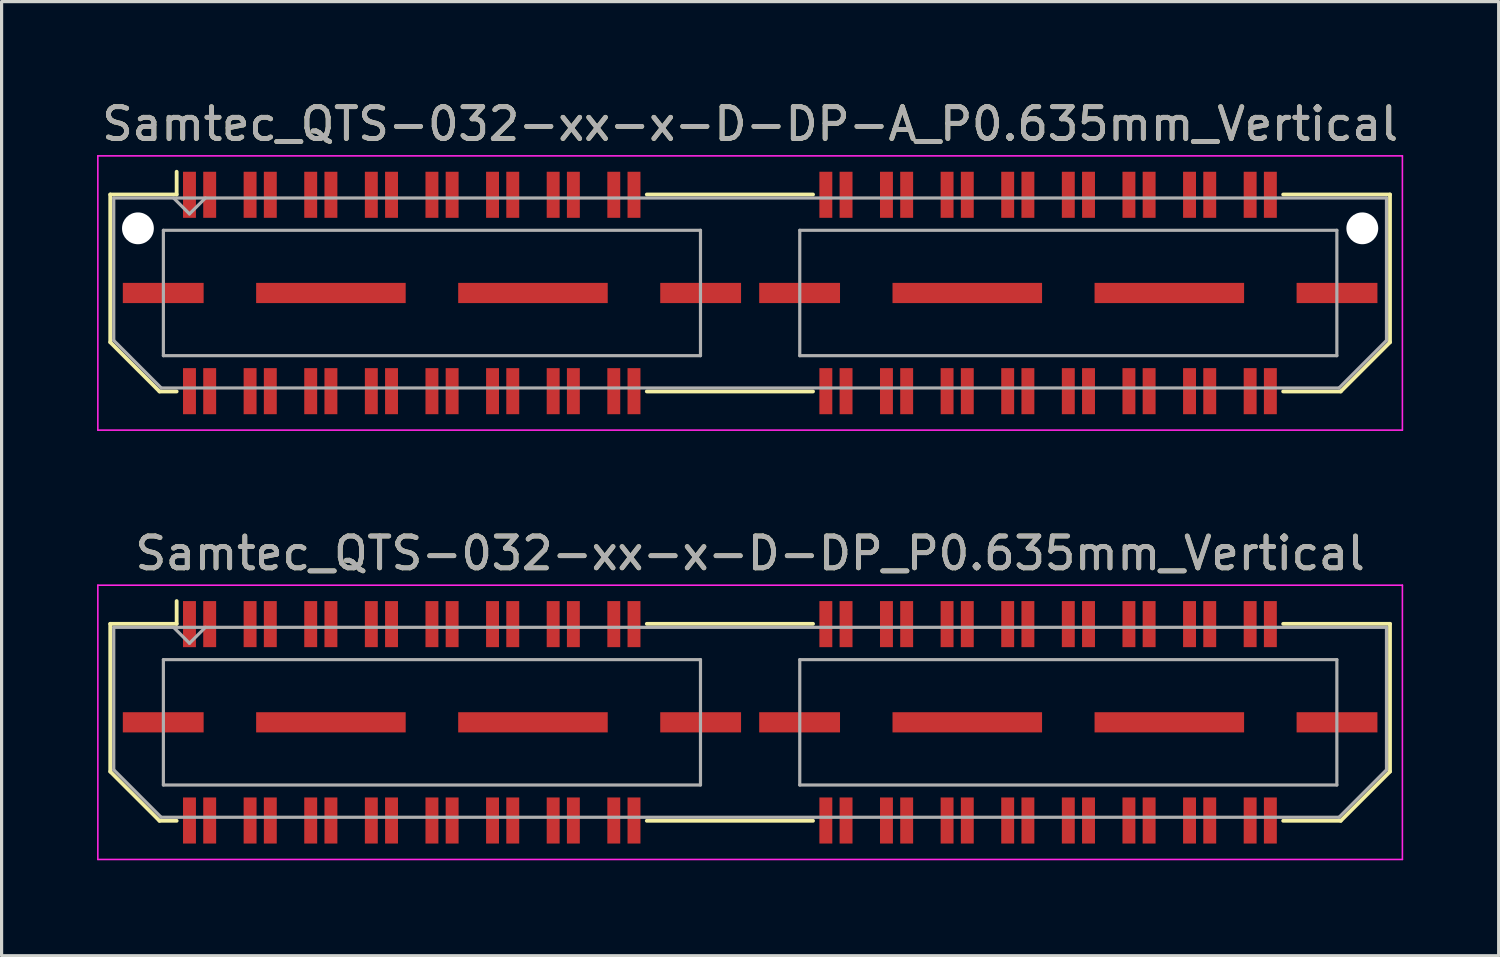
<source format=kicad_pcb>
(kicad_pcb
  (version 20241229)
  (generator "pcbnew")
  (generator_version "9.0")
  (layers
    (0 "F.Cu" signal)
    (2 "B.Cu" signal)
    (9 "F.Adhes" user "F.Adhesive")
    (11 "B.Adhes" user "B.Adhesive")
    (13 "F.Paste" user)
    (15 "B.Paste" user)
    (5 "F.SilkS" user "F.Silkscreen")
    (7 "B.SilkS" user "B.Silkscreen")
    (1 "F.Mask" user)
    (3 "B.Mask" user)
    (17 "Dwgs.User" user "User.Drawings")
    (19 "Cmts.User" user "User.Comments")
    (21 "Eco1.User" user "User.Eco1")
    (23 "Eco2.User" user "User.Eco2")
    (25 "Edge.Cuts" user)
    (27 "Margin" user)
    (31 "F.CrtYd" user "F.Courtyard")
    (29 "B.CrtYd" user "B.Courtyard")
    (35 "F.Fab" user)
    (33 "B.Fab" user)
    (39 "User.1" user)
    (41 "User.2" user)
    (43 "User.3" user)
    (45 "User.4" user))
  (footprint "Samtec_QTS-032-xx-x-D-DP-A_P0.635mm_Vertical"
    (layer "F.Cu")
    (at 20.525 6.158)
    (property "Reference" "Samtec_QTS-032-xx-x-D-DP-A_P0.635mm_Vertical" (at 0 -5.31 0) (layer "F.SilkS") (effects (font (size 1 1) (thickness 0.15))))
    (attr smd)
    (fp_line (start -20.11 -3.095) (end -20.11 1.548) (stroke (width 0.12) (type solid)) (layer "F.SilkS"))
    (fp_line (start -20.11 1.548) (end -18.562 3.095) (stroke (width 0.12) (type solid)) (layer "F.SilkS"))
    (fp_line (start -18.562 3.095) (end -18.023 3.095) (stroke (width 0.12) (type solid)) (layer "F.SilkS"))
    (fp_line (start -18.023 -3.81) (end -18.023 -3.095) (stroke (width 0.12) (type solid)) (layer "F.SilkS"))
    (fp_line (start -18.023 -3.095) (end -20.11 -3.095) (stroke (width 0.12) (type solid)) (layer "F.SilkS"))
    (fp_line (start -3.247 -3.095) (end 1.977 -3.095) (stroke (width 0.12) (type solid)) (layer "F.SilkS"))
    (fp_line (start -3.247 3.095) (end 1.977 3.095) (stroke (width 0.12) (type solid)) (layer "F.SilkS"))
    (fp_line (start 16.753 -3.095) (end 20.11 -3.095) (stroke (width 0.12) (type solid)) (layer "F.SilkS"))
    (fp_line (start 18.562 3.095) (end 16.753 3.095) (stroke (width 0.12) (type solid)) (layer "F.SilkS"))
    (fp_line (start 20.11 -3.095) (end 20.11 1.548) (stroke (width 0.12) (type solid)) (layer "F.SilkS"))
    (fp_line (start 20.11 1.548) (end 18.562 3.095) (stroke (width 0.12) (type solid)) (layer "F.SilkS"))
    (fp_line (start -20.5 -4.31) (end -20.5 4.31) (stroke (width 0.05) (type solid)) (layer "F.CrtYd"))
    (fp_line (start -20.5 4.31) (end 20.5 4.31) (stroke (width 0.05) (type solid)) (layer "F.CrtYd"))
    (fp_line (start 20.5 -4.31) (end -20.5 -4.31) (stroke (width 0.05) (type solid)) (layer "F.CrtYd"))
    (fp_line (start 20.5 4.31) (end 20.5 -4.31) (stroke (width 0.05) (type solid)) (layer "F.CrtYd"))
    (fp_line (start -20 -2.985) (end -20 1.492) (stroke (width 0.1) (type solid)) (layer "F.Fab"))
    (fp_line (start -20 -2.985) (end 20 -2.985) (stroke (width 0.1) (type solid)) (layer "F.Fab"))
    (fp_line (start -20 1.492) (end -18.508 2.985) (stroke (width 0.1) (type solid)) (layer "F.Fab"))
    (fp_line (start -18.508 2.985) (end 18.508 2.985) (stroke (width 0.1) (type solid)) (layer "F.Fab"))
    (fp_line (start -18.44 -1.97) (end -18.44 1.97) (stroke (width 0.1) (type solid)) (layer "F.Fab"))
    (fp_line (start -18.44 1.97) (end -1.56 1.97) (stroke (width 0.1) (type solid)) (layer "F.Fab"))
    (fp_line (start -17.62 -2.485) (end -18.12 -2.985) (stroke (width 0.1) (type solid)) (layer "F.Fab"))
    (fp_line (start -17.12 -2.985) (end -17.62 -2.485) (stroke (width 0.1) (type solid)) (layer "F.Fab"))
    (fp_line (start -1.56 -1.97) (end -18.44 -1.97) (stroke (width 0.1) (type solid)) (layer "F.Fab"))
    (fp_line (start -1.56 1.97) (end -1.56 -1.97) (stroke (width 0.1) (type solid)) (layer "F.Fab"))
    (fp_line (start 1.56 -1.97) (end 1.56 1.97) (stroke (width 0.1) (type solid)) (layer "F.Fab"))
    (fp_line (start 1.56 1.97) (end 18.44 1.97) (stroke (width 0.1) (type solid)) (layer "F.Fab"))
    (fp_line (start 18.44 -1.97) (end 1.56 -1.97) (stroke (width 0.1) (type solid)) (layer "F.Fab"))
    (fp_line (start 18.44 1.97) (end 18.44 -1.97) (stroke (width 0.1) (type solid)) (layer "F.Fab"))
    (fp_line (start 20 -2.985) (end 20 1.492) (stroke (width 0.1) (type solid)) (layer "F.Fab"))
    (fp_line (start 20 1.492) (end 18.508 2.985) (stroke (width 0.1) (type solid)) (layer "F.Fab"))
    (fp_text user "${REFERENCE}" (at 0 -5.31 0) (layer "F.Fab") (effects (font (size 1 1) (thickness 0.15))))
    (pad "" np_thru_hole circle (at -19.24 -2.032) (size 1 1) (drill 1) (layers "*.Cu" "*.Mask"))
    (pad "" np_thru_hole circle (at 19.24 -2.032) (size 1 1) (drill 1) (layers "*.Cu" "*.Mask"))
    (pad "1" smd rect (at -17.62 -3.086) (size 0.406 1.448) (layers "F.Cu" "F.Mask" "F.Paste"))
    (pad "2" smd rect (at -17.62 3.086) (size 0.406 1.448) (layers "F.Cu" "F.Mask" "F.Paste"))
    (pad "3" smd rect (at -16.985 -3.086) (size 0.406 1.448) (layers "F.Cu" "F.Mask" "F.Paste"))
    (pad "4" smd rect (at -16.985 3.086) (size 0.406 1.448) (layers "F.Cu" "F.Mask" "F.Paste"))
    (pad "5" smd rect (at -15.715 -3.086) (size 0.406 1.448) (layers "F.Cu" "F.Mask" "F.Paste"))
    (pad "6" smd rect (at -15.715 3.086) (size 0.406 1.448) (layers "F.Cu" "F.Mask" "F.Paste"))
    (pad "7" smd rect (at -15.08 -3.086) (size 0.406 1.448) (layers "F.Cu" "F.Mask" "F.Paste"))
    (pad "8" smd rect (at -15.08 3.086) (size 0.406 1.448) (layers "F.Cu" "F.Mask" "F.Paste"))
    (pad "9" smd rect (at -13.81 -3.086) (size 0.406 1.448) (layers "F.Cu" "F.Mask" "F.Paste"))
    (pad "10" smd rect (at -13.81 3.086) (size 0.406 1.448) (layers "F.Cu" "F.Mask" "F.Paste"))
    (pad "11" smd rect (at -13.175 -3.086) (size 0.406 1.448) (layers "F.Cu" "F.Mask" "F.Paste"))
    (pad "12" smd rect (at -13.175 3.086) (size 0.406 1.448) (layers "F.Cu" "F.Mask" "F.Paste"))
    (pad "13" smd rect (at -11.905 -3.086) (size 0.406 1.448) (layers "F.Cu" "F.Mask" "F.Paste"))
    (pad "14" smd rect (at -11.905 3.086) (size 0.406 1.448) (layers "F.Cu" "F.Mask" "F.Paste"))
    (pad "15" smd rect (at -11.27 -3.086) (size 0.406 1.448) (layers "F.Cu" "F.Mask" "F.Paste"))
    (pad "16" smd rect (at -11.27 3.086) (size 0.406 1.448) (layers "F.Cu" "F.Mask" "F.Paste"))
    (pad "17" smd rect (at -10 -3.086) (size 0.406 1.448) (layers "F.Cu" "F.Mask" "F.Paste"))
    (pad "18" smd rect (at -10 3.086) (size 0.406 1.448) (layers "F.Cu" "F.Mask" "F.Paste"))
    (pad "19" smd rect (at -9.365 -3.086) (size 0.406 1.448) (layers "F.Cu" "F.Mask" "F.Paste"))
    (pad "20" smd rect (at -9.365 3.086) (size 0.406 1.448) (layers "F.Cu" "F.Mask" "F.Paste"))
    (pad "21" smd rect (at -8.095 -3.086) (size 0.406 1.448) (layers "F.Cu" "F.Mask" "F.Paste"))
    (pad "22" smd rect (at -8.095 3.086) (size 0.406 1.448) (layers "F.Cu" "F.Mask" "F.Paste"))
    (pad "23" smd rect (at -7.46 -3.086) (size 0.406 1.448) (layers "F.Cu" "F.Mask" "F.Paste"))
    (pad "24" smd rect (at -7.46 3.086) (size 0.406 1.448) (layers "F.Cu" "F.Mask" "F.Paste"))
    (pad "25" smd rect (at -6.19 -3.086) (size 0.406 1.448) (layers "F.Cu" "F.Mask" "F.Paste"))
    (pad "26" smd rect (at -6.19 3.086) (size 0.406 1.448) (layers "F.Cu" "F.Mask" "F.Paste"))
    (pad "27" smd rect (at -5.555 -3.086) (size 0.406 1.448) (layers "F.Cu" "F.Mask" "F.Paste"))
    (pad "28" smd rect (at -5.555 3.086) (size 0.406 1.448) (layers "F.Cu" "F.Mask" "F.Paste"))
    (pad "29" smd rect (at -4.285 -3.086) (size 0.406 1.448) (layers "F.Cu" "F.Mask" "F.Paste"))
    (pad "30" smd rect (at -4.285 3.086) (size 0.406 1.448) (layers "F.Cu" "F.Mask" "F.Paste"))
    (pad "31" smd rect (at -3.65 -3.086) (size 0.406 1.448) (layers "F.Cu" "F.Mask" "F.Paste"))
    (pad "32" smd rect (at -3.65 3.086) (size 0.406 1.448) (layers "F.Cu" "F.Mask" "F.Paste"))
    (pad "33" smd rect (at 2.38 -3.086) (size 0.406 1.448) (layers "F.Cu" "F.Mask" "F.Paste"))
    (pad "34" smd rect (at 2.38 3.086) (size 0.406 1.448) (layers "F.Cu" "F.Mask" "F.Paste"))
    (pad "35" smd rect (at 3.015 -3.086) (size 0.406 1.448) (layers "F.Cu" "F.Mask" "F.Paste"))
    (pad "36" smd rect (at 3.015 3.086) (size 0.406 1.448) (layers "F.Cu" "F.Mask" "F.Paste"))
    (pad "37" smd rect (at 4.285 -3.086) (size 0.406 1.448) (layers "F.Cu" "F.Mask" "F.Paste"))
    (pad "38" smd rect (at 4.285 3.086) (size 0.406 1.448) (layers "F.Cu" "F.Mask" "F.Paste"))
    (pad "39" smd rect (at 4.92 -3.086) (size 0.406 1.448) (layers "F.Cu" "F.Mask" "F.Paste"))
    (pad "40" smd rect (at 4.92 3.086) (size 0.406 1.448) (layers "F.Cu" "F.Mask" "F.Paste"))
    (pad "41" smd rect (at 6.19 -3.086) (size 0.406 1.448) (layers "F.Cu" "F.Mask" "F.Paste"))
    (pad "42" smd rect (at 6.19 3.086) (size 0.406 1.448) (layers "F.Cu" "F.Mask" "F.Paste"))
    (pad "43" smd rect (at 6.825 -3.086) (size 0.406 1.448) (layers "F.Cu" "F.Mask" "F.Paste"))
    (pad "44" smd rect (at 6.825 3.086) (size 0.406 1.448) (layers "F.Cu" "F.Mask" "F.Paste"))
    (pad "45" smd rect (at 8.095 -3.086) (size 0.406 1.448) (layers "F.Cu" "F.Mask" "F.Paste"))
    (pad "46" smd rect (at 8.095 3.086) (size 0.406 1.448) (layers "F.Cu" "F.Mask" "F.Paste"))
    (pad "47" smd rect (at 8.73 -3.086) (size 0.406 1.448) (layers "F.Cu" "F.Mask" "F.Paste"))
    (pad "48" smd rect (at 8.73 3.086) (size 0.406 1.448) (layers "F.Cu" "F.Mask" "F.Paste"))
    (pad "49" smd rect (at 10 -3.086) (size 0.406 1.448) (layers "F.Cu" "F.Mask" "F.Paste"))
    (pad "50" smd rect (at 10 3.086) (size 0.406 1.448) (layers "F.Cu" "F.Mask" "F.Paste"))
    (pad "51" smd rect (at 10.635 -3.086) (size 0.406 1.448) (layers "F.Cu" "F.Mask" "F.Paste"))
    (pad "52" smd rect (at 10.635 3.086) (size 0.406 1.448) (layers "F.Cu" "F.Mask" "F.Paste"))
    (pad "53" smd rect (at 11.905 -3.086) (size 0.406 1.448) (layers "F.Cu" "F.Mask" "F.Paste"))
    (pad "54" smd rect (at 11.905 3.086) (size 0.406 1.448) (layers "F.Cu" "F.Mask" "F.Paste"))
    (pad "55" smd rect (at 12.54 -3.086) (size 0.406 1.448) (layers "F.Cu" "F.Mask" "F.Paste"))
    (pad "56" smd rect (at 12.54 3.086) (size 0.406 1.448) (layers "F.Cu" "F.Mask" "F.Paste"))
    (pad "57" smd rect (at 13.81 -3.086) (size 0.406 1.448) (layers "F.Cu" "F.Mask" "F.Paste"))
    (pad "58" smd rect (at 13.81 3.086) (size 0.406 1.448) (layers "F.Cu" "F.Mask" "F.Paste"))
    (pad "59" smd rect (at 14.445 -3.086) (size 0.406 1.448) (layers "F.Cu" "F.Mask" "F.Paste"))
    (pad "60" smd rect (at 14.445 3.086) (size 0.406 1.448) (layers "F.Cu" "F.Mask" "F.Paste"))
    (pad "61" smd rect (at 15.715 -3.086) (size 0.406 1.448) (layers "F.Cu" "F.Mask" "F.Paste"))
    (pad "62" smd rect (at 15.715 3.086) (size 0.406 1.448) (layers "F.Cu" "F.Mask" "F.Paste"))
    (pad "63" smd rect (at 16.35 -3.086) (size 0.406 1.448) (layers "F.Cu" "F.Mask" "F.Paste"))
    (pad "64" smd rect (at 16.35 3.086) (size 0.406 1.448) (layers "F.Cu" "F.Mask" "F.Paste"))
    (pad "P1" smd rect (at -18.445 0) (size 2.54 0.635) (layers "F.Cu" "F.Mask" "F.Paste"))
    (pad "P1" smd rect (at -13.175 0) (size 4.7 0.635) (layers "F.Cu" "F.Mask" "F.Paste"))
    (pad "P1" smd rect (at -6.825 0) (size 4.7 0.635) (layers "F.Cu" "F.Mask" "F.Paste"))
    (pad "P1" smd rect (at -1.555 0) (size 2.54 0.635) (layers "F.Cu" "F.Mask" "F.Paste"))
    (pad "P2" smd rect (at 1.555 0) (size 2.54 0.635) (layers "F.Cu" "F.Mask" "F.Paste"))
    (pad "P2" smd rect (at 6.825 0) (size 4.7 0.635) (layers "F.Cu" "F.Mask" "F.Paste"))
    (pad "P2" smd rect (at 13.175 0) (size 4.7 0.635) (layers "F.Cu" "F.Mask" "F.Paste"))
    (pad "P2" smd rect (at 18.445 0) (size 2.54 0.635) (layers "F.Cu" "F.Mask" "F.Paste")))
  (footprint "Samtec_QTS-032-xx-x-D-DP_P0.635mm_Vertical"
    (layer "F.Cu")
    (at 20.525 19.651)
    (property "Reference" "Samtec_QTS-032-xx-x-D-DP_P0.635mm_Vertical" (at 0 -5.31 0) (layer "F.SilkS") (effects (font (size 1 1) (thickness 0.15))))
    (attr smd)
    (fp_line (start -20.11 -3.095) (end -20.11 1.548) (stroke (width 0.12) (type solid)) (layer "F.SilkS"))
    (fp_line (start -20.11 1.548) (end -18.562 3.095) (stroke (width 0.12) (type solid)) (layer "F.SilkS"))
    (fp_line (start -18.562 3.095) (end -18.023 3.095) (stroke (width 0.12) (type solid)) (layer "F.SilkS"))
    (fp_line (start -18.023 -3.81) (end -18.023 -3.095) (stroke (width 0.12) (type solid)) (layer "F.SilkS"))
    (fp_line (start -18.023 -3.095) (end -20.11 -3.095) (stroke (width 0.12) (type solid)) (layer "F.SilkS"))
    (fp_line (start -3.247 -3.095) (end 1.977 -3.095) (stroke (width 0.12) (type solid)) (layer "F.SilkS"))
    (fp_line (start -3.247 3.095) (end 1.977 3.095) (stroke (width 0.12) (type solid)) (layer "F.SilkS"))
    (fp_line (start 16.753 -3.095) (end 20.11 -3.095) (stroke (width 0.12) (type solid)) (layer "F.SilkS"))
    (fp_line (start 18.562 3.095) (end 16.753 3.095) (stroke (width 0.12) (type solid)) (layer "F.SilkS"))
    (fp_line (start 20.11 -3.095) (end 20.11 1.548) (stroke (width 0.12) (type solid)) (layer "F.SilkS"))
    (fp_line (start 20.11 1.548) (end 18.562 3.095) (stroke (width 0.12) (type solid)) (layer "F.SilkS"))
    (fp_line (start -20.5 -4.31) (end -20.5 4.31) (stroke (width 0.05) (type solid)) (layer "F.CrtYd"))
    (fp_line (start -20.5 4.31) (end 20.5 4.31) (stroke (width 0.05) (type solid)) (layer "F.CrtYd"))
    (fp_line (start 20.5 -4.31) (end -20.5 -4.31) (stroke (width 0.05) (type solid)) (layer "F.CrtYd"))
    (fp_line (start 20.5 4.31) (end 20.5 -4.31) (stroke (width 0.05) (type solid)) (layer "F.CrtYd"))
    (fp_line (start -20 -2.985) (end -20 1.492) (stroke (width 0.1) (type solid)) (layer "F.Fab"))
    (fp_line (start -20 -2.985) (end 20 -2.985) (stroke (width 0.1) (type solid)) (layer "F.Fab"))
    (fp_line (start -20 1.492) (end -18.508 2.985) (stroke (width 0.1) (type solid)) (layer "F.Fab"))
    (fp_line (start -18.508 2.985) (end 18.508 2.985) (stroke (width 0.1) (type solid)) (layer "F.Fab"))
    (fp_line (start -18.44 -1.97) (end -18.44 1.97) (stroke (width 0.1) (type solid)) (layer "F.Fab"))
    (fp_line (start -18.44 1.97) (end -1.56 1.97) (stroke (width 0.1) (type solid)) (layer "F.Fab"))
    (fp_line (start -17.62 -2.485) (end -18.12 -2.985) (stroke (width 0.1) (type solid)) (layer "F.Fab"))
    (fp_line (start -17.12 -2.985) (end -17.62 -2.485) (stroke (width 0.1) (type solid)) (layer "F.Fab"))
    (fp_line (start -1.56 -1.97) (end -18.44 -1.97) (stroke (width 0.1) (type solid)) (layer "F.Fab"))
    (fp_line (start -1.56 1.97) (end -1.56 -1.97) (stroke (width 0.1) (type solid)) (layer "F.Fab"))
    (fp_line (start 1.56 -1.97) (end 1.56 1.97) (stroke (width 0.1) (type solid)) (layer "F.Fab"))
    (fp_line (start 1.56 1.97) (end 18.44 1.97) (stroke (width 0.1) (type solid)) (layer "F.Fab"))
    (fp_line (start 18.44 -1.97) (end 1.56 -1.97) (stroke (width 0.1) (type solid)) (layer "F.Fab"))
    (fp_line (start 18.44 1.97) (end 18.44 -1.97) (stroke (width 0.1) (type solid)) (layer "F.Fab"))
    (fp_line (start 20 -2.985) (end 20 1.492) (stroke (width 0.1) (type solid)) (layer "F.Fab"))
    (fp_line (start 20 1.492) (end 18.508 2.985) (stroke (width 0.1) (type solid)) (layer "F.Fab"))
    (fp_text user "${REFERENCE}" (at 0 -5.31 0) (layer "F.Fab") (effects (font (size 1 1) (thickness 0.15))))
    (pad "1" smd rect (at -17.62 -3.086) (size 0.406 1.448) (layers "F.Cu" "F.Mask" "F.Paste"))
    (pad "2" smd rect (at -17.62 3.086) (size 0.406 1.448) (layers "F.Cu" "F.Mask" "F.Paste"))
    (pad "3" smd rect (at -16.985 -3.086) (size 0.406 1.448) (layers "F.Cu" "F.Mask" "F.Paste"))
    (pad "4" smd rect (at -16.985 3.086) (size 0.406 1.448) (layers "F.Cu" "F.Mask" "F.Paste"))
    (pad "5" smd rect (at -15.715 -3.086) (size 0.406 1.448) (layers "F.Cu" "F.Mask" "F.Paste"))
    (pad "6" smd rect (at -15.715 3.086) (size 0.406 1.448) (layers "F.Cu" "F.Mask" "F.Paste"))
    (pad "7" smd rect (at -15.08 -3.086) (size 0.406 1.448) (layers "F.Cu" "F.Mask" "F.Paste"))
    (pad "8" smd rect (at -15.08 3.086) (size 0.406 1.448) (layers "F.Cu" "F.Mask" "F.Paste"))
    (pad "9" smd rect (at -13.81 -3.086) (size 0.406 1.448) (layers "F.Cu" "F.Mask" "F.Paste"))
    (pad "10" smd rect (at -13.81 3.086) (size 0.406 1.448) (layers "F.Cu" "F.Mask" "F.Paste"))
    (pad "11" smd rect (at -13.175 -3.086) (size 0.406 1.448) (layers "F.Cu" "F.Mask" "F.Paste"))
    (pad "12" smd rect (at -13.175 3.086) (size 0.406 1.448) (layers "F.Cu" "F.Mask" "F.Paste"))
    (pad "13" smd rect (at -11.905 -3.086) (size 0.406 1.448) (layers "F.Cu" "F.Mask" "F.Paste"))
    (pad "14" smd rect (at -11.905 3.086) (size 0.406 1.448) (layers "F.Cu" "F.Mask" "F.Paste"))
    (pad "15" smd rect (at -11.27 -3.086) (size 0.406 1.448) (layers "F.Cu" "F.Mask" "F.Paste"))
    (pad "16" smd rect (at -11.27 3.086) (size 0.406 1.448) (layers "F.Cu" "F.Mask" "F.Paste"))
    (pad "17" smd rect (at -10 -3.086) (size 0.406 1.448) (layers "F.Cu" "F.Mask" "F.Paste"))
    (pad "18" smd rect (at -10 3.086) (size 0.406 1.448) (layers "F.Cu" "F.Mask" "F.Paste"))
    (pad "19" smd rect (at -9.365 -3.086) (size 0.406 1.448) (layers "F.Cu" "F.Mask" "F.Paste"))
    (pad "20" smd rect (at -9.365 3.086) (size 0.406 1.448) (layers "F.Cu" "F.Mask" "F.Paste"))
    (pad "21" smd rect (at -8.095 -3.086) (size 0.406 1.448) (layers "F.Cu" "F.Mask" "F.Paste"))
    (pad "22" smd rect (at -8.095 3.086) (size 0.406 1.448) (layers "F.Cu" "F.Mask" "F.Paste"))
    (pad "23" smd rect (at -7.46 -3.086) (size 0.406 1.448) (layers "F.Cu" "F.Mask" "F.Paste"))
    (pad "24" smd rect (at -7.46 3.086) (size 0.406 1.448) (layers "F.Cu" "F.Mask" "F.Paste"))
    (pad "25" smd rect (at -6.19 -3.086) (size 0.406 1.448) (layers "F.Cu" "F.Mask" "F.Paste"))
    (pad "26" smd rect (at -6.19 3.086) (size 0.406 1.448) (layers "F.Cu" "F.Mask" "F.Paste"))
    (pad "27" smd rect (at -5.555 -3.086) (size 0.406 1.448) (layers "F.Cu" "F.Mask" "F.Paste"))
    (pad "28" smd rect (at -5.555 3.086) (size 0.406 1.448) (layers "F.Cu" "F.Mask" "F.Paste"))
    (pad "29" smd rect (at -4.285 -3.086) (size 0.406 1.448) (layers "F.Cu" "F.Mask" "F.Paste"))
    (pad "30" smd rect (at -4.285 3.086) (size 0.406 1.448) (layers "F.Cu" "F.Mask" "F.Paste"))
    (pad "31" smd rect (at -3.65 -3.086) (size 0.406 1.448) (layers "F.Cu" "F.Mask" "F.Paste"))
    (pad "32" smd rect (at -3.65 3.086) (size 0.406 1.448) (layers "F.Cu" "F.Mask" "F.Paste"))
    (pad "33" smd rect (at 2.38 -3.086) (size 0.406 1.448) (layers "F.Cu" "F.Mask" "F.Paste"))
    (pad "34" smd rect (at 2.38 3.086) (size 0.406 1.448) (layers "F.Cu" "F.Mask" "F.Paste"))
    (pad "35" smd rect (at 3.015 -3.086) (size 0.406 1.448) (layers "F.Cu" "F.Mask" "F.Paste"))
    (pad "36" smd rect (at 3.015 3.086) (size 0.406 1.448) (layers "F.Cu" "F.Mask" "F.Paste"))
    (pad "37" smd rect (at 4.285 -3.086) (size 0.406 1.448) (layers "F.Cu" "F.Mask" "F.Paste"))
    (pad "38" smd rect (at 4.285 3.086) (size 0.406 1.448) (layers "F.Cu" "F.Mask" "F.Paste"))
    (pad "39" smd rect (at 4.92 -3.086) (size 0.406 1.448) (layers "F.Cu" "F.Mask" "F.Paste"))
    (pad "40" smd rect (at 4.92 3.086) (size 0.406 1.448) (layers "F.Cu" "F.Mask" "F.Paste"))
    (pad "41" smd rect (at 6.19 -3.086) (size 0.406 1.448) (layers "F.Cu" "F.Mask" "F.Paste"))
    (pad "42" smd rect (at 6.19 3.086) (size 0.406 1.448) (layers "F.Cu" "F.Mask" "F.Paste"))
    (pad "43" smd rect (at 6.825 -3.086) (size 0.406 1.448) (layers "F.Cu" "F.Mask" "F.Paste"))
    (pad "44" smd rect (at 6.825 3.086) (size 0.406 1.448) (layers "F.Cu" "F.Mask" "F.Paste"))
    (pad "45" smd rect (at 8.095 -3.086) (size 0.406 1.448) (layers "F.Cu" "F.Mask" "F.Paste"))
    (pad "46" smd rect (at 8.095 3.086) (size 0.406 1.448) (layers "F.Cu" "F.Mask" "F.Paste"))
    (pad "47" smd rect (at 8.73 -3.086) (size 0.406 1.448) (layers "F.Cu" "F.Mask" "F.Paste"))
    (pad "48" smd rect (at 8.73 3.086) (size 0.406 1.448) (layers "F.Cu" "F.Mask" "F.Paste"))
    (pad "49" smd rect (at 10 -3.086) (size 0.406 1.448) (layers "F.Cu" "F.Mask" "F.Paste"))
    (pad "50" smd rect (at 10 3.086) (size 0.406 1.448) (layers "F.Cu" "F.Mask" "F.Paste"))
    (pad "51" smd rect (at 10.635 -3.086) (size 0.406 1.448) (layers "F.Cu" "F.Mask" "F.Paste"))
    (pad "52" smd rect (at 10.635 3.086) (size 0.406 1.448) (layers "F.Cu" "F.Mask" "F.Paste"))
    (pad "53" smd rect (at 11.905 -3.086) (size 0.406 1.448) (layers "F.Cu" "F.Mask" "F.Paste"))
    (pad "54" smd rect (at 11.905 3.086) (size 0.406 1.448) (layers "F.Cu" "F.Mask" "F.Paste"))
    (pad "55" smd rect (at 12.54 -3.086) (size 0.406 1.448) (layers "F.Cu" "F.Mask" "F.Paste"))
    (pad "56" smd rect (at 12.54 3.086) (size 0.406 1.448) (layers "F.Cu" "F.Mask" "F.Paste"))
    (pad "57" smd rect (at 13.81 -3.086) (size 0.406 1.448) (layers "F.Cu" "F.Mask" "F.Paste"))
    (pad "58" smd rect (at 13.81 3.086) (size 0.406 1.448) (layers "F.Cu" "F.Mask" "F.Paste"))
    (pad "59" smd rect (at 14.445 -3.086) (size 0.406 1.448) (layers "F.Cu" "F.Mask" "F.Paste"))
    (pad "60" smd rect (at 14.445 3.086) (size 0.406 1.448) (layers "F.Cu" "F.Mask" "F.Paste"))
    (pad "61" smd rect (at 15.715 -3.086) (size 0.406 1.448) (layers "F.Cu" "F.Mask" "F.Paste"))
    (pad "62" smd rect (at 15.715 3.086) (size 0.406 1.448) (layers "F.Cu" "F.Mask" "F.Paste"))
    (pad "63" smd rect (at 16.35 -3.086) (size 0.406 1.448) (layers "F.Cu" "F.Mask" "F.Paste"))
    (pad "64" smd rect (at 16.35 3.086) (size 0.406 1.448) (layers "F.Cu" "F.Mask" "F.Paste"))
    (pad "P1" smd rect (at -18.445 0) (size 2.54 0.635) (layers "F.Cu" "F.Mask" "F.Paste"))
    (pad "P1" smd rect (at -13.175 0) (size 4.7 0.635) (layers "F.Cu" "F.Mask" "F.Paste"))
    (pad "P1" smd rect (at -6.825 0) (size 4.7 0.635) (layers "F.Cu" "F.Mask" "F.Paste"))
    (pad "P1" smd rect (at -1.555 0) (size 2.54 0.635) (layers "F.Cu" "F.Mask" "F.Paste"))
    (pad "P2" smd rect (at 1.555 0) (size 2.54 0.635) (layers "F.Cu" "F.Mask" "F.Paste"))
    (pad "P2" smd rect (at 6.825 0) (size 4.7 0.635) (layers "F.Cu" "F.Mask" "F.Paste"))
    (pad "P2" smd rect (at 13.175 0) (size 4.7 0.635) (layers "F.Cu" "F.Mask" "F.Paste"))
    (pad "P2" smd rect (at 18.445 0) (size 2.54 0.635) (layers "F.Cu" "F.Mask" "F.Paste")))
  (gr_rect
    (start -3 -3)
    (end 44.05 26.986)
    (stroke (width 0.1) (type default))
    (fill no)
    (layer "Edge.Cuts")))
</source>
